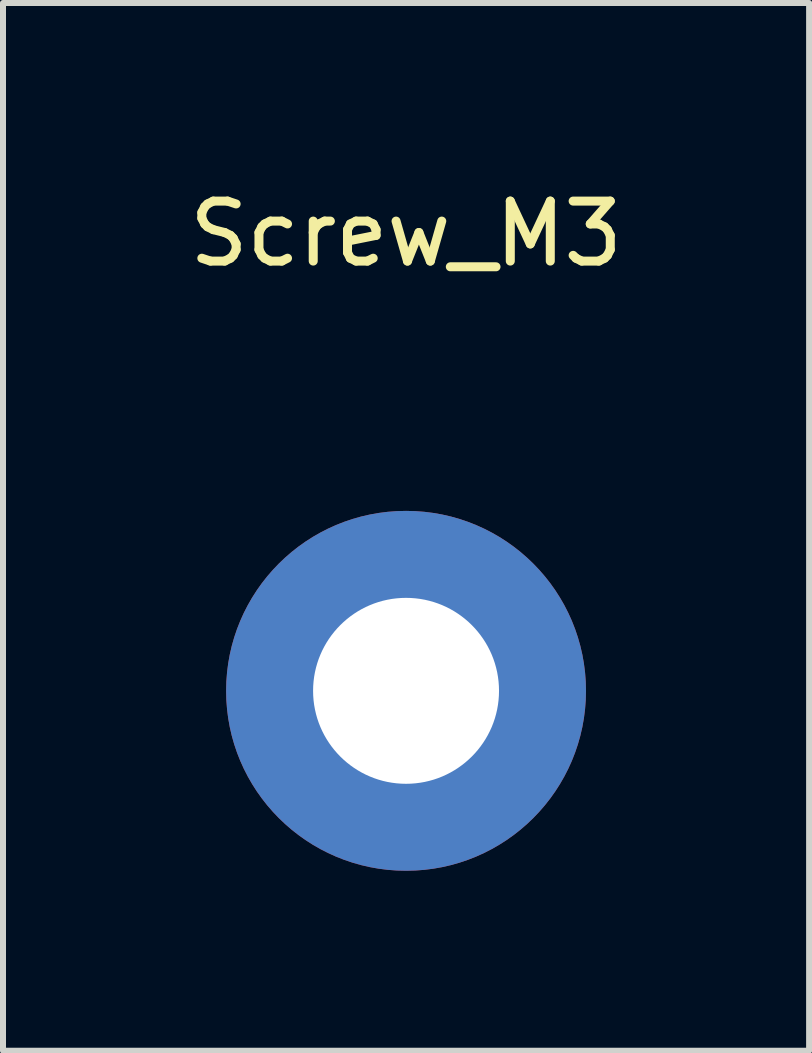
<source format=kicad_pcb>
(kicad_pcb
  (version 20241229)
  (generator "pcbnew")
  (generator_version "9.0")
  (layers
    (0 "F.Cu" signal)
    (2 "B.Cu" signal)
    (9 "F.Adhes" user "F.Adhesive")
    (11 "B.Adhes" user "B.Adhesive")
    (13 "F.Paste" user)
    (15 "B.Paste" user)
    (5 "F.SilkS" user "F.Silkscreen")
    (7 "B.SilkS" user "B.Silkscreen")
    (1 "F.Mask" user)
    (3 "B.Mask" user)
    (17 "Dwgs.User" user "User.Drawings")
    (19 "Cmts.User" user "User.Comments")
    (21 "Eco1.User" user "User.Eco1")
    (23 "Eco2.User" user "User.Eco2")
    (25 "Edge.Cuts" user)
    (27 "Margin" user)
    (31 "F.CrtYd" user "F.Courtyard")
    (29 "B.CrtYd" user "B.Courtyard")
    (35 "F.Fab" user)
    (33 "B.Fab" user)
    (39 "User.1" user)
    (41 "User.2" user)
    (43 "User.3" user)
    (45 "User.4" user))
  (footprint "Screw_M3"
    (layer "F.Cu")
    (at 3.72 8.468)
    (property "Reference" "Screw_M3" (at 0 -7.62 0) (layer "F.SilkS") (effects (font (size 1 1) (thickness 0.15))))
    (attr through_hole)
    (pad "1" thru_hole circle (at 0 0) (size 6 6) (drill 3.1) (layers "*.Cu" "*.Mask")))
  (gr_rect
    (start -3 -3)
    (end 10.44 14.468)
    (stroke (width 0.1) (type default))
    (fill no)
    (layer "Edge.Cuts")))
</source>
